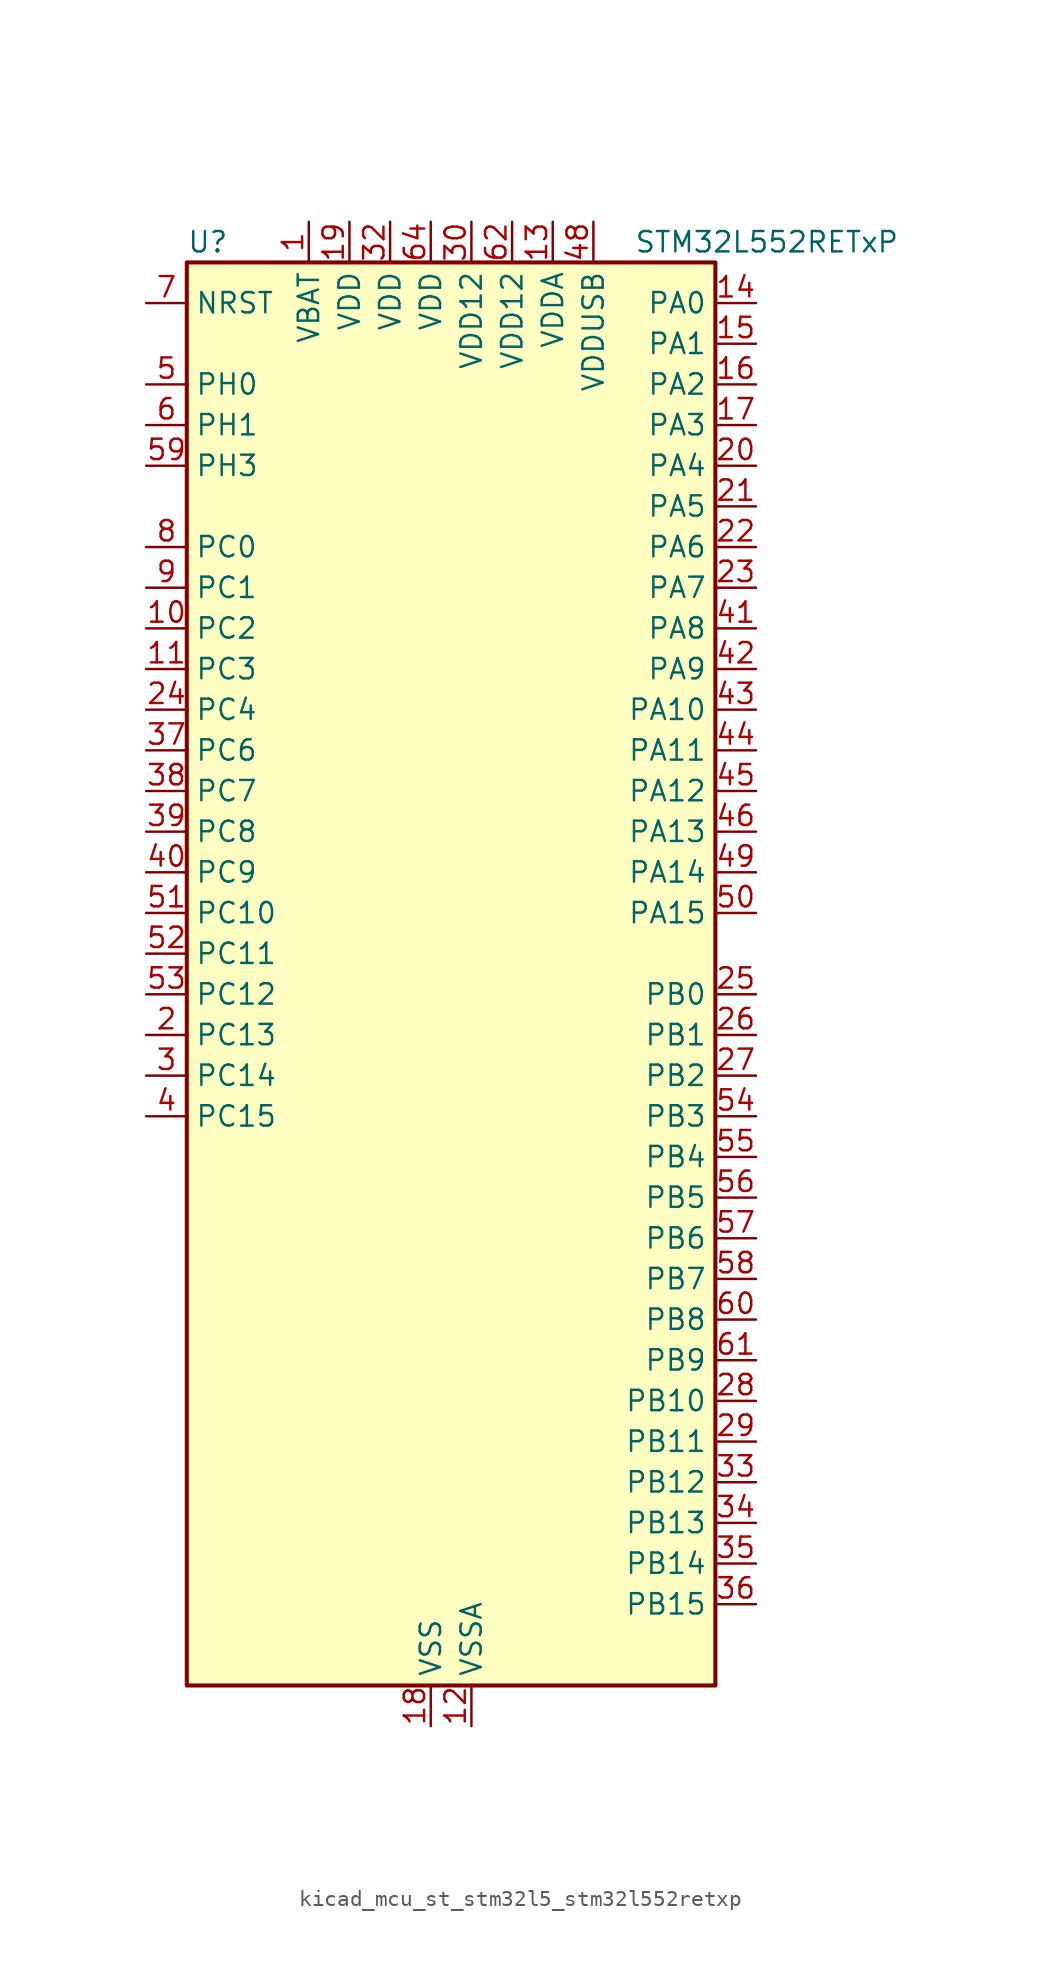
<source format=kicad_sym>
(kicad_symbol_lib
  (version 20220914)
  (generator kicad_symbol_editor)
  (symbol "kicad_mcu_st_stm32l5_stm32l552retxp"
    (property "Reference" "U"
      (at -15.24 46.99 0)
      (effects (font (size 1.27 1.27)) (justify left)))
    (property "Value" "STM32L552RETxP"
      (at 12.7 46.99 0)
      (effects (font (size 1.27 1.27)) (justify left)))
    (property "ki_locked" ""
      (at 0 0 0)
      (effects (font (size 1.27 1.27))))
    (symbol "kicad_mcu_st_stm32l5_stm32l552retxp_0_1"
      (rectangle (start -15.24 -43.18) (end 17.78 45.72) (stroke (width 0.254) (type default)) (fill (type background))))
    (symbol "kicad_mcu_st_stm32l5_stm32l552retxp_1_1"
      (pin power_in line (at -7.62 48.26 270) (length 2.54) (name "VBAT" (effects (font (size 1.27 1.27)))) (number "1" (effects (font (size 1.27 1.27)))))
      (pin bidirectional line (at -17.78 22.86 0) (length 2.54) (name "PC2" (effects (font (size 1.27 1.27)))) (number "10" (effects (font (size 1.27 1.27)))) (alternate "ADC1_IN3" bidirectional line) (alternate "ADC2_IN3" bidirectional line) (alternate "DFSDM1_CKOUT" bidirectional line) (alternate "LPTIM1_IN2" bidirectional line) (alternate "OCTOSPI1_IO5" bidirectional line) (alternate "SPI2_MISO" bidirectional line))
      (pin bidirectional line (at -17.78 20.32 0) (length 2.54) (name "PC3" (effects (font (size 1.27 1.27)))) (number "11" (effects (font (size 1.27 1.27)))) (alternate "ADC1_IN4" bidirectional line) (alternate "ADC2_IN4" bidirectional line) (alternate "LPTIM1_ETR" bidirectional line) (alternate "LPTIM2_ETR" bidirectional line) (alternate "LPTIM3_OUT" bidirectional line) (alternate "OCTOSPI1_IO6" bidirectional line) (alternate "SAI1_D1" bidirectional line) (alternate "SAI1_SD_A" bidirectional line) (alternate "SPI2_MOSI" bidirectional line))
      (pin power_in line (at 2.54 -45.72 90) (length 2.54) (name "VSSA" (effects (font (size 1.27 1.27)))) (number "12" (effects (font (size 1.27 1.27)))))
      (pin power_in line (at 7.62 48.26 270) (length 2.54) (name "VDDA" (effects (font (size 1.27 1.27)))) (number "13" (effects (font (size 1.27 1.27)))))
      (pin bidirectional line (at 20.32 43.18 180) (length 2.54) (name "PA0" (effects (font (size 1.27 1.27)))) (number "14" (effects (font (size 1.27 1.27)))) (alternate "ADC1_IN5" bidirectional line) (alternate "ADC2_IN5" bidirectional line) (alternate "OPAMP1_VINP" bidirectional line) (alternate "PWR_WKUP1" bidirectional line) (alternate "SAI1_EXTCLK" bidirectional line) (alternate "TAMP_IN2" bidirectional line) (alternate "TAMP_OUT1" bidirectional line) (alternate "TIM2_CH1" bidirectional line) (alternate "TIM2_ETR" bidirectional line) (alternate "TIM5_CH1" bidirectional line) (alternate "TIM8_ETR" bidirectional line) (alternate "UART4_TX" bidirectional line) (alternate "USART2_CTS" bidirectional line) (alternate "USART2_NSS" bidirectional line))
      (pin bidirectional line (at 20.32 40.64 180) (length 2.54) (name "PA1" (effects (font (size 1.27 1.27)))) (number "15" (effects (font (size 1.27 1.27)))) (alternate "ADC1_IN6" bidirectional line) (alternate "ADC2_IN6" bidirectional line) (alternate "I2C1_SMBA" bidirectional line) (alternate "OCTOSPI1_DQS" bidirectional line) (alternate "OPAMP1_VINM" bidirectional line) (alternate "SPI1_SCK" bidirectional line) (alternate "TAMP_IN5" bidirectional line) (alternate "TAMP_OUT4" bidirectional line) (alternate "TIM15_CH1N" bidirectional line) (alternate "TIM2_CH2" bidirectional line) (alternate "TIM5_CH2" bidirectional line) (alternate "UART4_RX" bidirectional line) (alternate "USART2_DE" bidirectional line) (alternate "USART2_RTS" bidirectional line))
      (pin bidirectional line (at 20.32 38.1 180) (length 2.54) (name "PA2" (effects (font (size 1.27 1.27)))) (number "16" (effects (font (size 1.27 1.27)))) (alternate "ADC1_IN7" bidirectional line) (alternate "ADC2_IN7" bidirectional line) (alternate "COMP1_INP" bidirectional line) (alternate "LPUART1_TX" bidirectional line) (alternate "OCTOSPI1_NCS" bidirectional line) (alternate "PWR_WKUP4" bidirectional line) (alternate "RCC_LSCO" bidirectional line) (alternate "SAI2_EXTCLK" bidirectional line) (alternate "TIM15_CH1" bidirectional line) (alternate "TIM2_CH3" bidirectional line) (alternate "TIM5_CH3" bidirectional line) (alternate "UCPD1_FRSTX1" bidirectional line) (alternate "USART2_TX" bidirectional line))
      (pin bidirectional line (at 20.32 35.56 180) (length 2.54) (name "PA3" (effects (font (size 1.27 1.27)))) (number "17" (effects (font (size 1.27 1.27)))) (alternate "ADC1_IN8" bidirectional line) (alternate "ADC2_IN8" bidirectional line) (alternate "LPUART1_RX" bidirectional line) (alternate "OCTOSPI1_CLK" bidirectional line) (alternate "OPAMP1_VOUT" bidirectional line) (alternate "SAI1_CK1" bidirectional line) (alternate "SAI1_MCLK_A" bidirectional line) (alternate "TIM15_CH2" bidirectional line) (alternate "TIM2_CH4" bidirectional line) (alternate "TIM5_CH4" bidirectional line) (alternate "USART2_RX" bidirectional line))
      (pin power_in line (at 0 -45.72 90) (length 2.54) (name "VSS" (effects (font (size 1.27 1.27)))) (number "18" (effects (font (size 1.27 1.27)))))
      (pin power_in line (at -5.08 48.26 270) (length 2.54) (name "VDD" (effects (font (size 1.27 1.27)))) (number "19" (effects (font (size 1.27 1.27)))))
      (pin bidirectional line (at -17.78 -2.54 0) (length 2.54) (name "PC13" (effects (font (size 1.27 1.27)))) (number "2" (effects (font (size 1.27 1.27)))) (alternate "PWR_WKUP2" bidirectional line) (alternate "RTC_OUT1" bidirectional line) (alternate "RTC_TS" bidirectional line) (alternate "TAMP_IN1" bidirectional line) (alternate "TAMP_OUT2" bidirectional line))
      (pin bidirectional line (at 20.32 33.02 180) (length 2.54) (name "PA4" (effects (font (size 1.27 1.27)))) (number "20" (effects (font (size 1.27 1.27)))) (alternate "ADC1_IN9" bidirectional line) (alternate "ADC2_IN9" bidirectional line) (alternate "DAC1_OUT1" bidirectional line) (alternate "LPTIM2_OUT" bidirectional line) (alternate "OCTOSPI1_NCS" bidirectional line) (alternate "SAI1_FS_B" bidirectional line) (alternate "SPI1_NSS" bidirectional line) (alternate "SPI3_NSS" bidirectional line) (alternate "USART2_CK" bidirectional line))
      (pin bidirectional line (at 20.32 30.48 180) (length 2.54) (name "PA5" (effects (font (size 1.27 1.27)))) (number "21" (effects (font (size 1.27 1.27)))) (alternate "ADC1_IN10" bidirectional line) (alternate "ADC2_IN10" bidirectional line) (alternate "DAC1_OUT2" bidirectional line) (alternate "LPTIM2_ETR" bidirectional line) (alternate "SPI1_SCK" bidirectional line) (alternate "TIM2_CH1" bidirectional line) (alternate "TIM2_ETR" bidirectional line) (alternate "TIM8_CH1N" bidirectional line))
      (pin bidirectional line (at 20.32 27.94 180) (length 2.54) (name "PA6" (effects (font (size 1.27 1.27)))) (number "22" (effects (font (size 1.27 1.27)))) (alternate "ADC1_IN11" bidirectional line) (alternate "ADC2_IN11" bidirectional line) (alternate "LPUART1_CTS" bidirectional line) (alternate "OCTOSPI1_IO3" bidirectional line) (alternate "OPAMP2_VINP" bidirectional line) (alternate "SPI1_MISO" bidirectional line) (alternate "TIM16_CH1" bidirectional line) (alternate "TIM1_BKIN" bidirectional line) (alternate "TIM3_CH1" bidirectional line) (alternate "TIM8_BKIN" bidirectional line) (alternate "USART3_CTS" bidirectional line) (alternate "USART3_NSS" bidirectional line))
      (pin bidirectional line (at 20.32 25.4 180) (length 2.54) (name "PA7" (effects (font (size 1.27 1.27)))) (number "23" (effects (font (size 1.27 1.27)))) (alternate "ADC1_IN12" bidirectional line) (alternate "ADC2_IN12" bidirectional line) (alternate "I2C3_SCL" bidirectional line) (alternate "OCTOSPI1_IO2" bidirectional line) (alternate "OPAMP2_VINM" bidirectional line) (alternate "SPI1_MOSI" bidirectional line) (alternate "TIM17_CH1" bidirectional line) (alternate "TIM1_CH1N" bidirectional line) (alternate "TIM3_CH2" bidirectional line) (alternate "TIM8_CH1N" bidirectional line))
      (pin bidirectional line (at -17.78 17.78 0) (length 2.54) (name "PC4" (effects (font (size 1.27 1.27)))) (number "24" (effects (font (size 1.27 1.27)))) (alternate "ADC1_IN13" bidirectional line) (alternate "ADC2_IN13" bidirectional line) (alternate "COMP1_INM" bidirectional line) (alternate "OCTOSPI1_IO7" bidirectional line) (alternate "USART3_TX" bidirectional line))
      (pin bidirectional line (at 20.32 0 180) (length 2.54) (name "PB0" (effects (font (size 1.27 1.27)))) (number "25" (effects (font (size 1.27 1.27)))) (alternate "ADC1_IN15" bidirectional line) (alternate "ADC2_IN15" bidirectional line) (alternate "COMP1_OUT" bidirectional line) (alternate "OCTOSPI1_IO1" bidirectional line) (alternate "OPAMP2_VOUT" bidirectional line) (alternate "SAI1_EXTCLK" bidirectional line) (alternate "SPI1_NSS" bidirectional line) (alternate "TIM1_CH2N" bidirectional line) (alternate "TIM3_CH3" bidirectional line) (alternate "TIM8_CH2N" bidirectional line) (alternate "USART3_CK" bidirectional line))
      (pin bidirectional line (at 20.32 -2.54 180) (length 2.54) (name "PB1" (effects (font (size 1.27 1.27)))) (number "26" (effects (font (size 1.27 1.27)))) (alternate "ADC1_IN16" bidirectional line) (alternate "ADC2_IN16" bidirectional line) (alternate "COMP1_INM" bidirectional line) (alternate "DFSDM1_DATIN0" bidirectional line) (alternate "LPTIM2_IN1" bidirectional line) (alternate "LPUART1_DE" bidirectional line) (alternate "LPUART1_RTS" bidirectional line) (alternate "OCTOSPI1_IO0" bidirectional line) (alternate "TIM1_CH3N" bidirectional line) (alternate "TIM3_CH4" bidirectional line) (alternate "TIM8_CH3N" bidirectional line) (alternate "USART3_DE" bidirectional line) (alternate "USART3_RTS" bidirectional line))
      (pin bidirectional line (at 20.32 -5.08 180) (length 2.54) (name "PB2" (effects (font (size 1.27 1.27)))) (number "27" (effects (font (size 1.27 1.27)))) (alternate "COMP1_INP" bidirectional line) (alternate "DFSDM1_CKIN0" bidirectional line) (alternate "I2C3_SMBA" bidirectional line) (alternate "LPTIM1_OUT" bidirectional line) (alternate "OCTOSPI1_DQS" bidirectional line) (alternate "RTC_OUT2" bidirectional line) (alternate "UCPD1_FRSTX1" bidirectional line))
      (pin bidirectional line (at 20.32 -25.4 180) (length 2.54) (name "PB10" (effects (font (size 1.27 1.27)))) (number "28" (effects (font (size 1.27 1.27)))) (alternate "COMP1_OUT" bidirectional line) (alternate "I2C2_SCL" bidirectional line) (alternate "I2C4_SCL" bidirectional line) (alternate "LPTIM3_OUT" bidirectional line) (alternate "LPUART1_RX" bidirectional line) (alternate "OCTOSPI1_CLK" bidirectional line) (alternate "SAI1_SCK_A" bidirectional line) (alternate "SPI2_SCK" bidirectional line) (alternate "TIM2_CH3" bidirectional line) (alternate "TSC_SYNC" bidirectional line) (alternate "USART3_TX" bidirectional line))
      (pin bidirectional line (at 20.32 -27.94 180) (length 2.54) (name "PB11" (effects (font (size 1.27 1.27)))) (number "29" (effects (font (size 1.27 1.27)))) (alternate "ADC1_EXTI11" bidirectional line) (alternate "ADC2_EXTI11" bidirectional line) (alternate "COMP2_OUT" bidirectional line) (alternate "I2C2_SDA" bidirectional line) (alternate "I2C4_SDA" bidirectional line) (alternate "LPUART1_TX" bidirectional line) (alternate "OCTOSPI1_NCS" bidirectional line) (alternate "TIM2_CH4" bidirectional line) (alternate "USART3_RX" bidirectional line))
      (pin bidirectional line (at -17.78 -5.08 0) (length 2.54) (name "PC14" (effects (font (size 1.27 1.27)))) (number "3" (effects (font (size 1.27 1.27)))) (alternate "RCC_OSC32_IN" bidirectional line))
      (pin power_in line (at 2.54 48.26 270) (length 2.54) (name "VDD12" (effects (font (size 1.27 1.27)))) (number "30" (effects (font (size 1.27 1.27)))))
      (pin passive line (at 0 -45.72 90) (length 2.54) hide (name "VSS" (effects (font (size 1.27 1.27)))) (number "31" (effects (font (size 1.27 1.27)))))
      (pin power_in line (at -2.54 48.26 270) (length 2.54) (name "VDD" (effects (font (size 1.27 1.27)))) (number "32" (effects (font (size 1.27 1.27)))))
      (pin bidirectional line (at 20.32 -30.48 180) (length 2.54) (name "PB12" (effects (font (size 1.27 1.27)))) (number "33" (effects (font (size 1.27 1.27)))) (alternate "DFSDM1_DATIN1" bidirectional line) (alternate "I2C2_SMBA" bidirectional line) (alternate "LPUART1_DE" bidirectional line) (alternate "LPUART1_RTS" bidirectional line) (alternate "OCTOSPI1_NCLK" bidirectional line) (alternate "SAI2_FS_A" bidirectional line) (alternate "SPI2_NSS" bidirectional line) (alternate "TIM15_BKIN" bidirectional line) (alternate "TIM1_BKIN" bidirectional line) (alternate "TSC_G1_IO1" bidirectional line) (alternate "USART3_CK" bidirectional line))
      (pin bidirectional line (at 20.32 -33.02 180) (length 2.54) (name "PB13" (effects (font (size 1.27 1.27)))) (number "34" (effects (font (size 1.27 1.27)))) (alternate "DFSDM1_CKIN1" bidirectional line) (alternate "I2C2_SCL" bidirectional line) (alternate "LPTIM3_IN1" bidirectional line) (alternate "LPUART1_CTS" bidirectional line) (alternate "SAI2_SCK_A" bidirectional line) (alternate "SPI2_SCK" bidirectional line) (alternate "TIM15_CH1N" bidirectional line) (alternate "TIM1_CH1N" bidirectional line) (alternate "TSC_G1_IO2" bidirectional line) (alternate "UCPD1_FRSTX2" bidirectional line) (alternate "USART3_CTS" bidirectional line) (alternate "USART3_NSS" bidirectional line))
      (pin bidirectional line (at 20.32 -35.56 180) (length 2.54) (name "PB14" (effects (font (size 1.27 1.27)))) (number "35" (effects (font (size 1.27 1.27)))) (alternate "DFSDM1_DATIN2" bidirectional line) (alternate "I2C2_SDA" bidirectional line) (alternate "LPTIM3_ETR" bidirectional line) (alternate "SAI2_MCLK_A" bidirectional line) (alternate "SPI2_MISO" bidirectional line) (alternate "TIM15_CH1" bidirectional line) (alternate "TIM1_CH2N" bidirectional line) (alternate "TIM8_CH2N" bidirectional line) (alternate "TSC_G1_IO3" bidirectional line) (alternate "UCPD1_DBCC2" bidirectional line) (alternate "USART3_DE" bidirectional line) (alternate "USART3_RTS" bidirectional line))
      (pin bidirectional line (at 20.32 -38.1 180) (length 2.54) (name "PB15" (effects (font (size 1.27 1.27)))) (number "36" (effects (font (size 1.27 1.27)))) (alternate "ADC1_EXTI15" bidirectional line) (alternate "ADC2_EXTI15" bidirectional line) (alternate "DFSDM1_CKIN2" bidirectional line) (alternate "RTC_REFIN" bidirectional line) (alternate "SAI2_SD_A" bidirectional line) (alternate "SPI2_MOSI" bidirectional line) (alternate "TIM15_CH2" bidirectional line) (alternate "TIM1_CH3N" bidirectional line) (alternate "TIM8_CH3N" bidirectional line) (alternate "UCPD1_CC2" bidirectional line))
      (pin bidirectional line (at -17.78 15.24 0) (length 2.54) (name "PC6" (effects (font (size 1.27 1.27)))) (number "37" (effects (font (size 1.27 1.27)))) (alternate "DFSDM1_CKIN3" bidirectional line) (alternate "SAI2_MCLK_A" bidirectional line) (alternate "TIM3_CH1" bidirectional line) (alternate "TIM8_CH1" bidirectional line) (alternate "TSC_G4_IO1" bidirectional line))
      (pin bidirectional line (at -17.78 12.7 0) (length 2.54) (name "PC7" (effects (font (size 1.27 1.27)))) (number "38" (effects (font (size 1.27 1.27)))) (alternate "DFSDM1_DATIN3" bidirectional line) (alternate "SAI2_MCLK_B" bidirectional line) (alternate "TIM3_CH2" bidirectional line) (alternate "TIM8_CH2" bidirectional line) (alternate "TSC_G4_IO2" bidirectional line))
      (pin bidirectional line (at -17.78 10.16 0) (length 2.54) (name "PC8" (effects (font (size 1.27 1.27)))) (number "39" (effects (font (size 1.27 1.27)))) (alternate "TIM3_CH3" bidirectional line) (alternate "TIM8_CH3" bidirectional line) (alternate "TSC_G4_IO3" bidirectional line))
      (pin bidirectional line (at -17.78 -7.62 0) (length 2.54) (name "PC15" (effects (font (size 1.27 1.27)))) (number "4" (effects (font (size 1.27 1.27)))) (alternate "ADC1_EXTI15" bidirectional line) (alternate "ADC2_EXTI15" bidirectional line) (alternate "RCC_OSC32_OUT" bidirectional line))
      (pin bidirectional line (at -17.78 7.62 0) (length 2.54) (name "PC9" (effects (font (size 1.27 1.27)))) (number "40" (effects (font (size 1.27 1.27)))) (alternate "DAC1_EXTI9" bidirectional line) (alternate "DEBUG_TRACED0" bidirectional line) (alternate "SAI2_EXTCLK" bidirectional line) (alternate "TIM3_CH4" bidirectional line) (alternate "TIM8_BKIN2" bidirectional line) (alternate "TIM8_CH4" bidirectional line) (alternate "TSC_G4_IO4" bidirectional line) (alternate "USB_NOE" bidirectional line))
      (pin bidirectional line (at 20.32 22.86 180) (length 2.54) (name "PA8" (effects (font (size 1.27 1.27)))) (number "41" (effects (font (size 1.27 1.27)))) (alternate "LPTIM2_OUT" bidirectional line) (alternate "RCC_MCO" bidirectional line) (alternate "SAI1_CK2" bidirectional line) (alternate "SAI1_SCK_A" bidirectional line) (alternate "TIM1_CH1" bidirectional line) (alternate "USART1_CK" bidirectional line))
      (pin bidirectional line (at 20.32 20.32 180) (length 2.54) (name "PA9" (effects (font (size 1.27 1.27)))) (number "42" (effects (font (size 1.27 1.27)))) (alternate "DAC1_EXTI9" bidirectional line) (alternate "SAI1_FS_A" bidirectional line) (alternate "SPI2_SCK" bidirectional line) (alternate "TIM15_BKIN" bidirectional line) (alternate "TIM1_CH2" bidirectional line) (alternate "USART1_TX" bidirectional line))
      (pin bidirectional line (at 20.32 17.78 180) (length 2.54) (name "PA10" (effects (font (size 1.27 1.27)))) (number "43" (effects (font (size 1.27 1.27)))) (alternate "CRS_SYNC" bidirectional line) (alternate "SAI1_D1" bidirectional line) (alternate "SAI1_SD_A" bidirectional line) (alternate "TIM17_BKIN" bidirectional line) (alternate "TIM1_CH3" bidirectional line) (alternate "USART1_RX" bidirectional line))
      (pin bidirectional line (at 20.32 15.24 180) (length 2.54) (name "PA11" (effects (font (size 1.27 1.27)))) (number "44" (effects (font (size 1.27 1.27)))) (alternate "ADC1_EXTI11" bidirectional line) (alternate "ADC2_EXTI11" bidirectional line) (alternate "FDCAN1_RX" bidirectional line) (alternate "SPI1_MISO" bidirectional line) (alternate "TIM1_BKIN2" bidirectional line) (alternate "TIM1_CH4" bidirectional line) (alternate "USART1_CTS" bidirectional line) (alternate "USART1_NSS" bidirectional line) (alternate "USB_DM" bidirectional line))
      (pin bidirectional line (at 20.32 12.7 180) (length 2.54) (name "PA12" (effects (font (size 1.27 1.27)))) (number "45" (effects (font (size 1.27 1.27)))) (alternate "FDCAN1_TX" bidirectional line) (alternate "SPI1_MOSI" bidirectional line) (alternate "TIM1_ETR" bidirectional line) (alternate "USART1_DE" bidirectional line) (alternate "USART1_RTS" bidirectional line) (alternate "USB_DP" bidirectional line))
      (pin bidirectional line (at 20.32 10.16 180) (length 2.54) (name "PA13" (effects (font (size 1.27 1.27)))) (number "46" (effects (font (size 1.27 1.27)))) (alternate "DEBUG_JTMS-SWDIO" bidirectional line) (alternate "IR_OUT" bidirectional line) (alternate "SAI1_SD_B" bidirectional line) (alternate "USB_NOE" bidirectional line))
      (pin passive line (at 0 -45.72 90) (length 2.54) hide (name "VSS" (effects (font (size 1.27 1.27)))) (number "47" (effects (font (size 1.27 1.27)))))
      (pin power_in line (at 10.16 48.26 270) (length 2.54) (name "VDDUSB" (effects (font (size 1.27 1.27)))) (number "48" (effects (font (size 1.27 1.27)))))
      (pin bidirectional line (at 20.32 7.62 180) (length 2.54) (name "PA14" (effects (font (size 1.27 1.27)))) (number "49" (effects (font (size 1.27 1.27)))) (alternate "DEBUG_JTCK-SWCLK" bidirectional line) (alternate "I2C1_SMBA" bidirectional line) (alternate "I2C4_SMBA" bidirectional line) (alternate "LPTIM1_OUT" bidirectional line) (alternate "SAI1_FS_B" bidirectional line))
      (pin bidirectional line (at -17.78 38.1 0) (length 2.54) (name "PH0" (effects (font (size 1.27 1.27)))) (number "5" (effects (font (size 1.27 1.27)))) (alternate "RCC_OSC_IN" bidirectional line))
      (pin bidirectional line (at 20.32 5.08 180) (length 2.54) (name "PA15" (effects (font (size 1.27 1.27)))) (number "50" (effects (font (size 1.27 1.27)))) (alternate "ADC1_EXTI15" bidirectional line) (alternate "ADC2_EXTI15" bidirectional line) (alternate "DEBUG_JTDI" bidirectional line) (alternate "SAI2_FS_B" bidirectional line) (alternate "SPI1_NSS" bidirectional line) (alternate "SPI3_NSS" bidirectional line) (alternate "TIM2_CH1" bidirectional line) (alternate "TIM2_ETR" bidirectional line) (alternate "UART4_DE" bidirectional line) (alternate "UART4_RTS" bidirectional line) (alternate "UCPD1_CC1" bidirectional line) (alternate "USART2_RX" bidirectional line) (alternate "USART3_DE" bidirectional line) (alternate "USART3_RTS" bidirectional line))
      (pin bidirectional line (at -17.78 5.08 0) (length 2.54) (name "PC10" (effects (font (size 1.27 1.27)))) (number "51" (effects (font (size 1.27 1.27)))) (alternate "DEBUG_TRACED1" bidirectional line) (alternate "LPTIM3_ETR" bidirectional line) (alternate "SAI2_SCK_B" bidirectional line) (alternate "SPI3_SCK" bidirectional line) (alternate "TSC_G3_IO2" bidirectional line) (alternate "UART4_TX" bidirectional line) (alternate "USART3_TX" bidirectional line))
      (pin bidirectional line (at -17.78 2.54 0) (length 2.54) (name "PC11" (effects (font (size 1.27 1.27)))) (number "52" (effects (font (size 1.27 1.27)))) (alternate "ADC1_EXTI11" bidirectional line) (alternate "ADC2_EXTI11" bidirectional line) (alternate "LPTIM3_IN1" bidirectional line) (alternate "OCTOSPI1_NCS" bidirectional line) (alternate "SAI2_MCLK_B" bidirectional line) (alternate "SPI3_MISO" bidirectional line) (alternate "TSC_G3_IO3" bidirectional line) (alternate "UART4_RX" bidirectional line) (alternate "UCPD1_FRSTX2" bidirectional line) (alternate "USART3_RX" bidirectional line))
      (pin bidirectional line (at -17.78 0 0) (length 2.54) (name "PC12" (effects (font (size 1.27 1.27)))) (number "53" (effects (font (size 1.27 1.27)))) (alternate "DEBUG_TRACED3" bidirectional line) (alternate "SAI2_SD_B" bidirectional line) (alternate "SPI3_MOSI" bidirectional line) (alternate "TSC_G3_IO4" bidirectional line) (alternate "UART5_TX" bidirectional line) (alternate "USART3_CK" bidirectional line))
      (pin bidirectional line (at 20.32 -7.62 180) (length 2.54) (name "PB3" (effects (font (size 1.27 1.27)))) (number "54" (effects (font (size 1.27 1.27)))) (alternate "COMP2_INM" bidirectional line) (alternate "CRS_SYNC" bidirectional line) (alternate "DEBUG_JTDO-SWO" bidirectional line) (alternate "SAI1_SCK_B" bidirectional line) (alternate "SPI1_SCK" bidirectional line) (alternate "SPI3_SCK" bidirectional line) (alternate "TIM2_CH2" bidirectional line) (alternate "USART1_DE" bidirectional line) (alternate "USART1_RTS" bidirectional line))
      (pin bidirectional line (at 20.32 -10.16 180) (length 2.54) (name "PB4" (effects (font (size 1.27 1.27)))) (number "55" (effects (font (size 1.27 1.27)))) (alternate "COMP2_INP" bidirectional line) (alternate "DEBUG_JTRST" bidirectional line) (alternate "I2C3_SDA" bidirectional line) (alternate "SAI1_MCLK_B" bidirectional line) (alternate "SPI1_MISO" bidirectional line) (alternate "SPI3_MISO" bidirectional line) (alternate "TIM17_BKIN" bidirectional line) (alternate "TIM3_CH1" bidirectional line) (alternate "TSC_G2_IO1" bidirectional line) (alternate "UART5_DE" bidirectional line) (alternate "UART5_RTS" bidirectional line) (alternate "USART1_CTS" bidirectional line) (alternate "USART1_NSS" bidirectional line))
      (pin bidirectional line (at 20.32 -12.7 180) (length 2.54) (name "PB5" (effects (font (size 1.27 1.27)))) (number "56" (effects (font (size 1.27 1.27)))) (alternate "COMP2_OUT" bidirectional line) (alternate "I2C1_SMBA" bidirectional line) (alternate "LPTIM1_IN1" bidirectional line) (alternate "OCTOSPI1_NCLK" bidirectional line) (alternate "SAI1_SD_B" bidirectional line) (alternate "SPI1_MOSI" bidirectional line) (alternate "SPI3_MOSI" bidirectional line) (alternate "TIM16_BKIN" bidirectional line) (alternate "TIM3_CH2" bidirectional line) (alternate "TSC_G2_IO2" bidirectional line) (alternate "UART5_CTS" bidirectional line) (alternate "UCPD1_DBCC1" bidirectional line) (alternate "USART1_CK" bidirectional line))
      (pin bidirectional line (at 20.32 -15.24 180) (length 2.54) (name "PB6" (effects (font (size 1.27 1.27)))) (number "57" (effects (font (size 1.27 1.27)))) (alternate "COMP2_INP" bidirectional line) (alternate "I2C1_SCL" bidirectional line) (alternate "I2C4_SCL" bidirectional line) (alternate "LPTIM1_ETR" bidirectional line) (alternate "SAI1_FS_B" bidirectional line) (alternate "TIM16_CH1N" bidirectional line) (alternate "TIM4_CH1" bidirectional line) (alternate "TIM8_BKIN2" bidirectional line) (alternate "TSC_G2_IO3" bidirectional line) (alternate "USART1_TX" bidirectional line))
      (pin bidirectional line (at 20.32 -17.78 180) (length 2.54) (name "PB7" (effects (font (size 1.27 1.27)))) (number "58" (effects (font (size 1.27 1.27)))) (alternate "COMP2_INM" bidirectional line) (alternate "I2C1_SDA" bidirectional line) (alternate "I2C4_SDA" bidirectional line) (alternate "LPTIM1_IN2" bidirectional line) (alternate "PWR_PVD_IN" bidirectional line) (alternate "TIM17_CH1N" bidirectional line) (alternate "TIM4_CH2" bidirectional line) (alternate "TIM8_BKIN" bidirectional line) (alternate "TSC_G2_IO4" bidirectional line) (alternate "UART4_CTS" bidirectional line) (alternate "USART1_RX" bidirectional line))
      (pin bidirectional line (at -17.78 33.02 0) (length 2.54) (name "PH3" (effects (font (size 1.27 1.27)))) (number "59" (effects (font (size 1.27 1.27)))))
      (pin bidirectional line (at -17.78 35.56 0) (length 2.54) (name "PH1" (effects (font (size 1.27 1.27)))) (number "6" (effects (font (size 1.27 1.27)))) (alternate "RCC_OSC_OUT" bidirectional line))
      (pin bidirectional line (at 20.32 -20.32 180) (length 2.54) (name "PB8" (effects (font (size 1.27 1.27)))) (number "60" (effects (font (size 1.27 1.27)))) (alternate "DFSDM1_CKOUT" bidirectional line) (alternate "FDCAN1_RX" bidirectional line) (alternate "I2C1_SCL" bidirectional line) (alternate "SAI1_CK1" bidirectional line) (alternate "SAI1_MCLK_A" bidirectional line) (alternate "TIM16_CH1" bidirectional line) (alternate "TIM4_CH3" bidirectional line))
      (pin bidirectional line (at 20.32 -22.86 180) (length 2.54) (name "PB9" (effects (font (size 1.27 1.27)))) (number "61" (effects (font (size 1.27 1.27)))) (alternate "DAC1_EXTI9" bidirectional line) (alternate "FDCAN1_TX" bidirectional line) (alternate "I2C1_SDA" bidirectional line) (alternate "IR_OUT" bidirectional line) (alternate "SAI1_D2" bidirectional line) (alternate "SAI1_FS_A" bidirectional line) (alternate "SPI2_NSS" bidirectional line) (alternate "TIM17_CH1" bidirectional line) (alternate "TIM4_CH4" bidirectional line))
      (pin power_in line (at 5.08 48.26 270) (length 2.54) (name "VDD12" (effects (font (size 1.27 1.27)))) (number "62" (effects (font (size 1.27 1.27)))))
      (pin passive line (at 0 -45.72 90) (length 2.54) hide (name "VSS" (effects (font (size 1.27 1.27)))) (number "63" (effects (font (size 1.27 1.27)))))
      (pin power_in line (at 0 48.26 270) (length 2.54) (name "VDD" (effects (font (size 1.27 1.27)))) (number "64" (effects (font (size 1.27 1.27)))))
      (pin input line (at -17.78 43.18 0) (length 2.54) (name "NRST" (effects (font (size 1.27 1.27)))) (number "7" (effects (font (size 1.27 1.27)))))
      (pin bidirectional line (at -17.78 27.94 0) (length 2.54) (name "PC0" (effects (font (size 1.27 1.27)))) (number "8" (effects (font (size 1.27 1.27)))) (alternate "ADC1_IN1" bidirectional line) (alternate "ADC2_IN1" bidirectional line) (alternate "I2C3_SCL" bidirectional line) (alternate "LPTIM1_IN1" bidirectional line) (alternate "LPTIM2_IN1" bidirectional line) (alternate "LPUART1_RX" bidirectional line) (alternate "OCTOSPI1_IO7" bidirectional line) (alternate "SAI2_FS_A" bidirectional line))
      (pin bidirectional line (at -17.78 25.4 0) (length 2.54) (name "PC1" (effects (font (size 1.27 1.27)))) (number "9" (effects (font (size 1.27 1.27)))) (alternate "ADC1_IN2" bidirectional line) (alternate "ADC2_IN2" bidirectional line) (alternate "DEBUG_TRACED0" bidirectional line) (alternate "I2C3_SDA" bidirectional line) (alternate "LPTIM1_OUT" bidirectional line) (alternate "LPUART1_TX" bidirectional line) (alternate "OCTOSPI1_IO4" bidirectional line) (alternate "SAI1_SD_A" bidirectional line) (alternate "SPI2_MOSI" bidirectional line)))))
</source>
